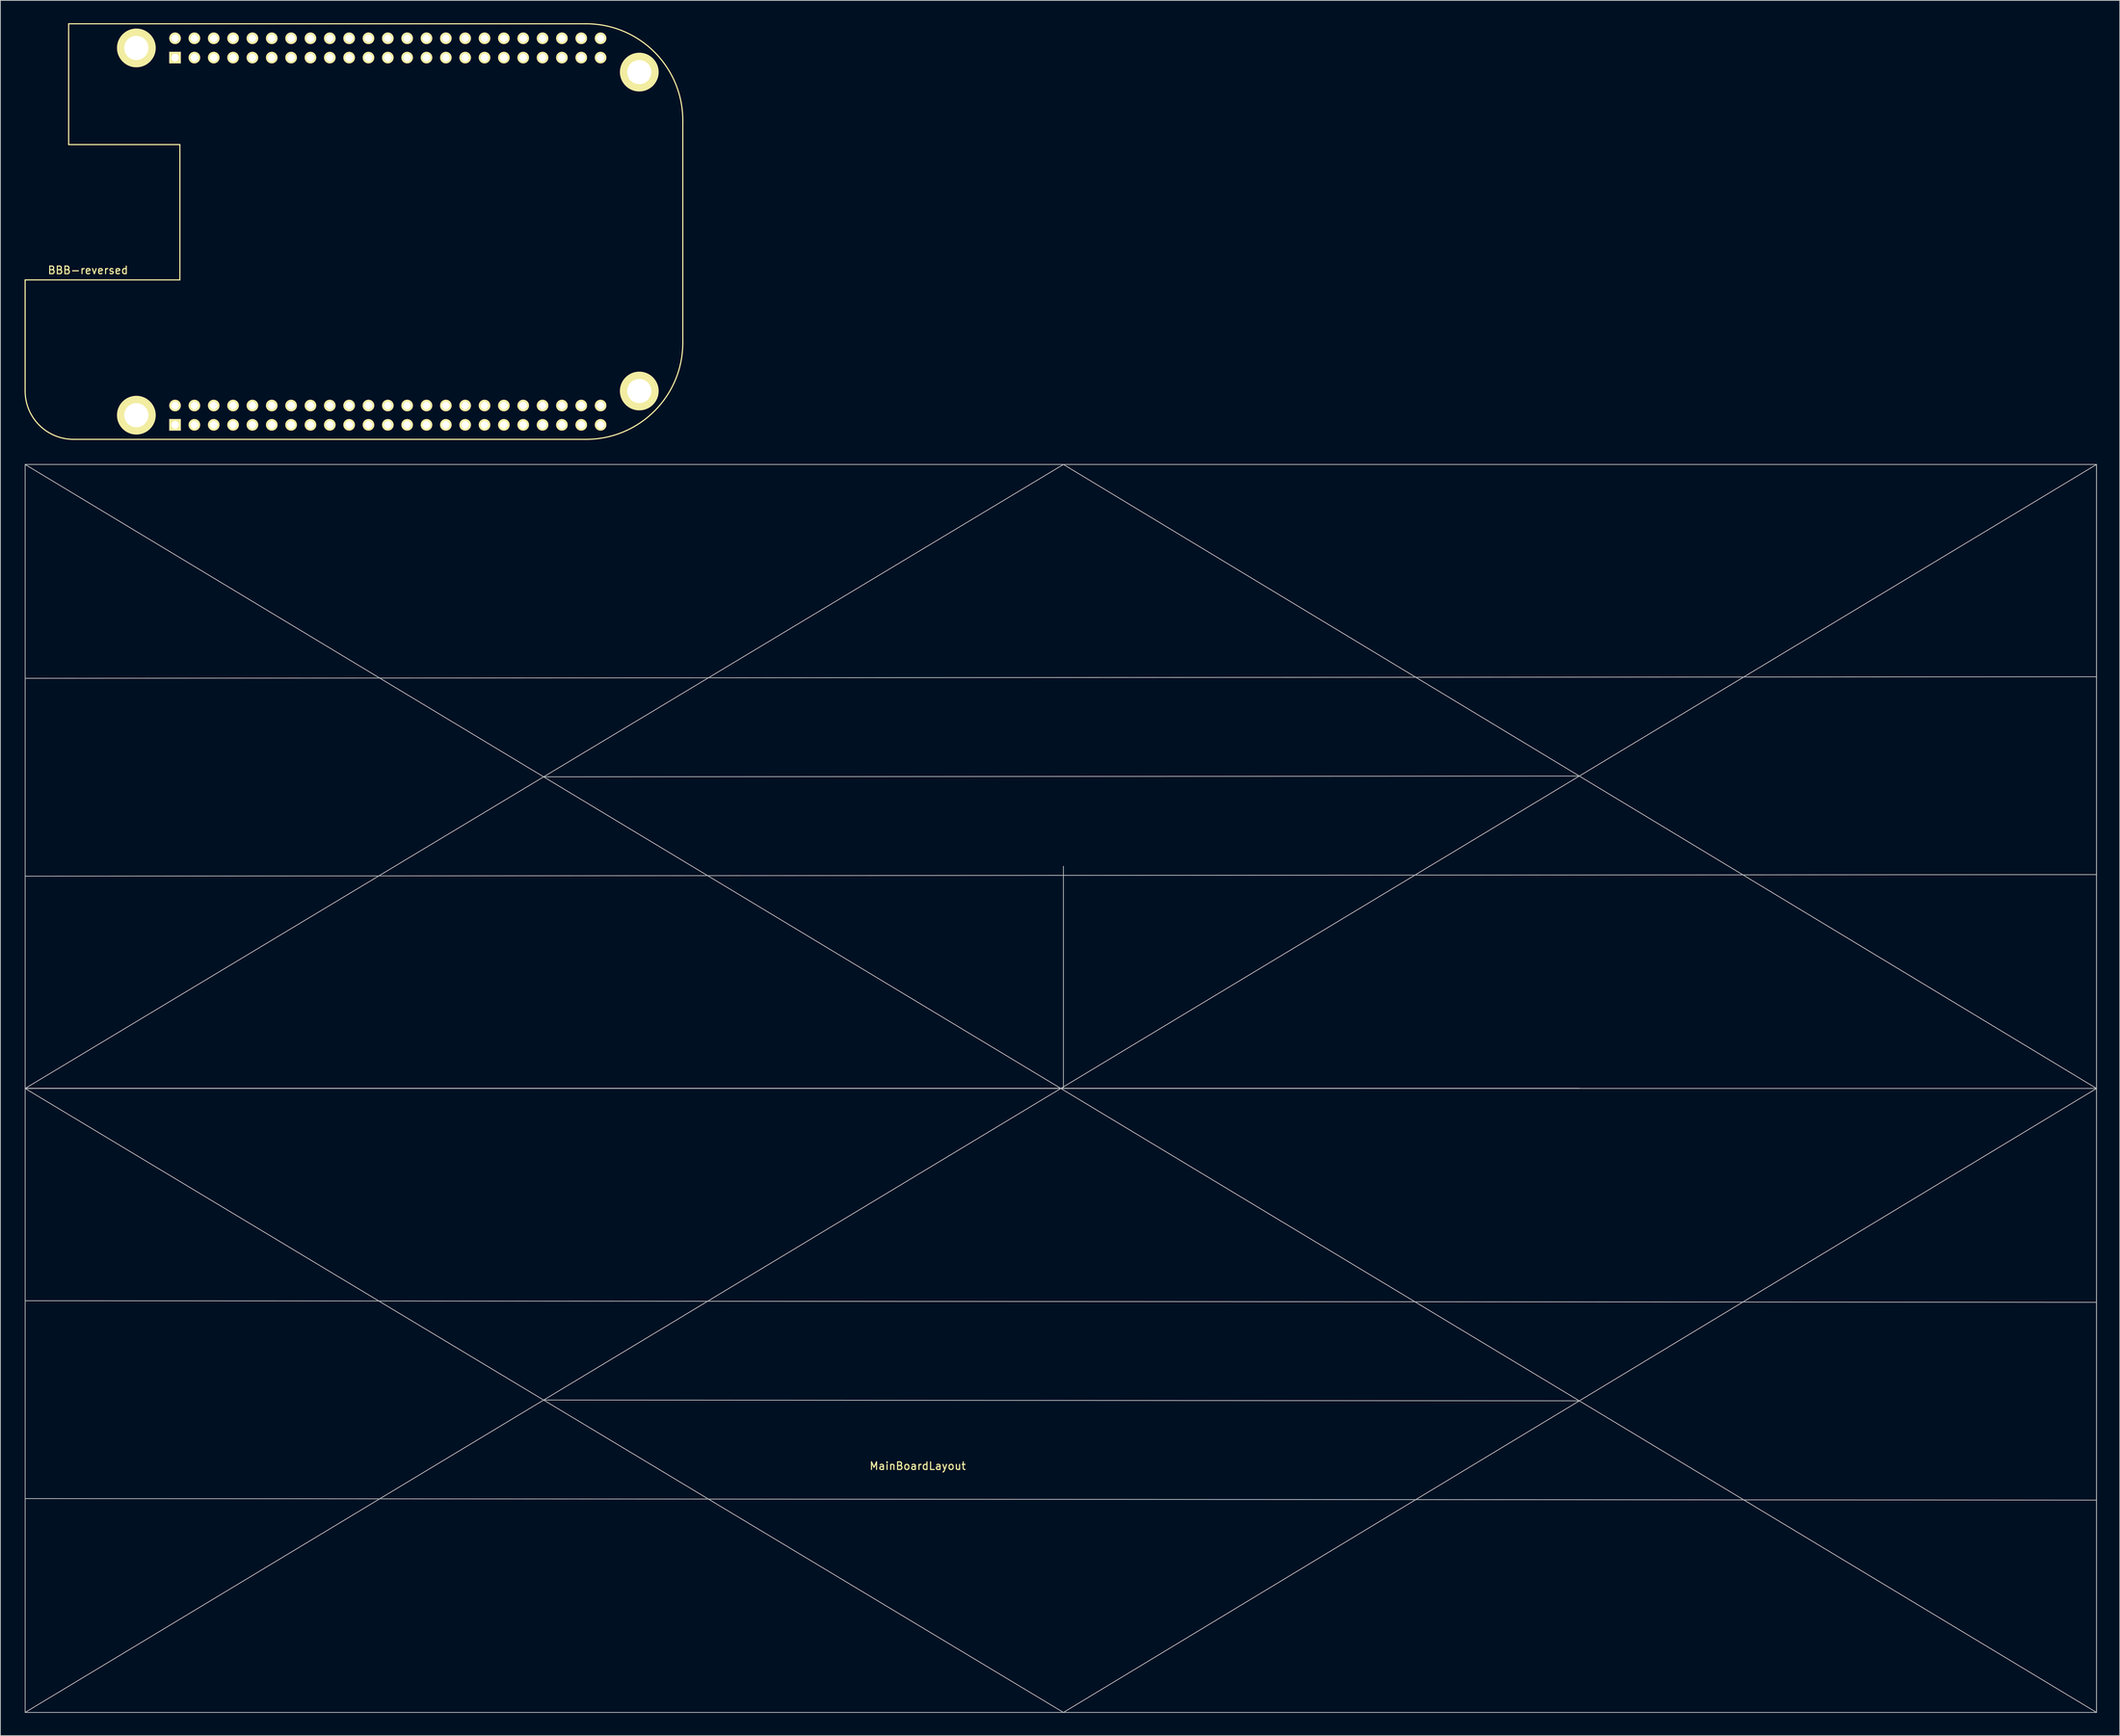
<source format=kicad_pcb>
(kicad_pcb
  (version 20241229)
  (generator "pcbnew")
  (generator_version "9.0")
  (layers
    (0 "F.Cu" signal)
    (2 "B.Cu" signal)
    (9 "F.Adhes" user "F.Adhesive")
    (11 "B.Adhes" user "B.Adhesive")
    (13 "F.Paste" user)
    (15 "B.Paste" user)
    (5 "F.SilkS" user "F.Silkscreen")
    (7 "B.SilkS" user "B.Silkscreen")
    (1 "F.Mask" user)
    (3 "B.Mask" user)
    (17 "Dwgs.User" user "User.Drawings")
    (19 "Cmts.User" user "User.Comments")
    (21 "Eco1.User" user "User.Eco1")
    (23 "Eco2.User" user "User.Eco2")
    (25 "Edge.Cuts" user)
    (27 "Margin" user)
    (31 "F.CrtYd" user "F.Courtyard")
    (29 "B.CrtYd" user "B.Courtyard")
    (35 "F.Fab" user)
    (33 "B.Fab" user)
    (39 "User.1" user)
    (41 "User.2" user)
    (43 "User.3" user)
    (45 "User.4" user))
  (footprint "BBB-reversed"
    (layer "F.Cu")
    (at 0.25 54.685)
    (property "Reference" "BBB-reversed" (at 8.255 -22.225 0) (layer "F.SilkS") (effects (font (size 1 1) (thickness 0.15))))
    (attr through_hole)
    (fp_line (start 0 -20.955) (end 20.32 -20.955) (stroke (width 0.15) (type solid)) (layer "F.SilkS"))
    (fp_line (start 0 -6.35) (end 0 -20.955) (stroke (width 0.15) (type solid)) (layer "F.SilkS"))
    (fp_line (start 5.715 -54.61) (end 73.66 -54.61) (stroke (width 0.15) (type solid)) (layer "F.SilkS"))
    (fp_line (start 5.715 -38.735) (end 5.715 -54.61) (stroke (width 0.15) (type solid)) (layer "F.SilkS"))
    (fp_line (start 6.35 0) (end 73.66 0) (stroke (width 0.15) (type solid)) (layer "F.SilkS"))
    (fp_line (start 20.32 -38.735) (end 5.715 -38.735) (stroke (width 0.15) (type solid)) (layer "F.SilkS"))
    (fp_line (start 20.32 -20.955) (end 20.32 -38.735) (stroke (width 0.15) (type solid)) (layer "F.SilkS"))
    (fp_line (start 86.36 -41.91) (end 86.36 -12.7) (stroke (width 0.15) (type solid)) (layer "F.SilkS"))
    (fp_arc (start 6.35 0) (mid 1.859872 -1.859872) (end 0 -6.35) (stroke (width 0.15) (type solid)) (layer "F.SilkS"))
    (fp_arc (start 73.66 -54.61) (mid 82.640256 -50.890256) (end 86.36 -41.91) (stroke (width 0.15) (type solid)) (layer "F.SilkS"))
    (fp_arc (start 86.36 -12.7) (mid 82.640256 -3.719744) (end 73.66 0) (stroke (width 0.15) (type solid)) (layer "F.SilkS"))
    (pad "" thru_hole circle (at 14.605 -51.435) (size 5.08 5.08) (drill 3.175) (layers "*.Cu" "*.Mask" "F.SilkS"))
    (pad "" thru_hole circle (at 14.605 -3.175) (size 5.08 5.08) (drill 3.175) (layers "*.Cu" "*.Mask" "F.SilkS"))
    (pad "" thru_hole circle (at 80.645 -48.26) (size 5.08 5.08) (drill 3.175) (layers "*.Cu" "*.Mask" "F.SilkS"))
    (pad "" thru_hole circle (at 80.645 -6.35) (size 5.08 5.08) (drill 3.175) (layers "*.Cu" "*.Mask" "F.SilkS"))
    (pad "A1" thru_hole rect (at 19.685 -50.165) (size 1.524 1.524) (drill 1.016) (layers "*.Cu" "*.Mask" "F.SilkS"))
    (pad "A2" thru_hole circle (at 19.685 -52.705) (size 1.524 1.524) (drill 1.016) (layers "*.Cu" "*.Mask" "F.SilkS"))
    (pad "A3" thru_hole circle (at 22.225 -50.165) (size 1.524 1.524) (drill 1.016) (layers "*.Cu" "*.Mask" "F.SilkS"))
    (pad "A4" thru_hole circle (at 22.225 -52.705) (size 1.524 1.524) (drill 1.016) (layers "*.Cu" "*.Mask" "F.SilkS"))
    (pad "A5" thru_hole circle (at 24.765 -50.165) (size 1.524 1.524) (drill 1.016) (layers "*.Cu" "*.Mask" "F.SilkS"))
    (pad "A6" thru_hole circle (at 24.765 -52.705) (size 1.524 1.524) (drill 1.016) (layers "*.Cu" "*.Mask" "F.SilkS"))
    (pad "A7" thru_hole circle (at 27.305 -50.165) (size 1.524 1.524) (drill 1.016) (layers "*.Cu" "*.Mask" "F.SilkS"))
    (pad "A8" thru_hole circle (at 27.305 -52.705) (size 1.524 1.524) (drill 1.016) (layers "*.Cu" "*.Mask" "F.SilkS"))
    (pad "A9" thru_hole circle (at 29.845 -50.165) (size 1.524 1.524) (drill 1.016) (layers "*.Cu" "*.Mask" "F.SilkS"))
    (pad "A10" thru_hole circle (at 29.845 -52.705) (size 1.524 1.524) (drill 1.016) (layers "*.Cu" "*.Mask" "F.SilkS"))
    (pad "A11" thru_hole circle (at 32.385 -50.165) (size 1.524 1.524) (drill 1.016) (layers "*.Cu" "*.Mask" "F.SilkS"))
    (pad "A12" thru_hole circle (at 32.385 -52.705) (size 1.524 1.524) (drill 1.016) (layers "*.Cu" "*.Mask" "F.SilkS"))
    (pad "A13" thru_hole circle (at 34.925 -50.165) (size 1.524 1.524) (drill 1.016) (layers "*.Cu" "*.Mask" "F.SilkS"))
    (pad "A14" thru_hole circle (at 34.925 -52.705) (size 1.524 1.524) (drill 1.016) (layers "*.Cu" "*.Mask" "F.SilkS"))
    (pad "A15" thru_hole circle (at 37.465 -50.165) (size 1.524 1.524) (drill 1.016) (layers "*.Cu" "*.Mask" "F.SilkS"))
    (pad "A16" thru_hole circle (at 37.465 -52.705) (size 1.524 1.524) (drill 1.016) (layers "*.Cu" "*.Mask" "F.SilkS"))
    (pad "A17" thru_hole circle (at 40.005 -50.165) (size 1.524 1.524) (drill 1.016) (layers "*.Cu" "*.Mask" "F.SilkS"))
    (pad "A18" thru_hole circle (at 40.005 -52.705) (size 1.524 1.524) (drill 1.016) (layers "*.Cu" "*.Mask" "F.SilkS"))
    (pad "A19" thru_hole circle (at 42.545 -50.165) (size 1.524 1.524) (drill 1.016) (layers "*.Cu" "*.Mask" "F.SilkS"))
    (pad "A20" thru_hole circle (at 42.545 -52.705) (size 1.524 1.524) (drill 1.016) (layers "*.Cu" "*.Mask" "F.SilkS"))
    (pad "A21" thru_hole circle (at 45.085 -50.165) (size 1.524 1.524) (drill 1.016) (layers "*.Cu" "*.Mask" "F.SilkS"))
    (pad "A22" thru_hole circle (at 45.085 -52.705) (size 1.524 1.524) (drill 1.016) (layers "*.Cu" "*.Mask" "F.SilkS"))
    (pad "A23" thru_hole circle (at 47.625 -50.165) (size 1.524 1.524) (drill 1.016) (layers "*.Cu" "*.Mask" "F.SilkS"))
    (pad "A24" thru_hole circle (at 47.625 -52.705) (size 1.524 1.524) (drill 1.016) (layers "*.Cu" "*.Mask" "F.SilkS"))
    (pad "A25" thru_hole circle (at 50.165 -50.165) (size 1.524 1.524) (drill 1.016) (layers "*.Cu" "*.Mask" "F.SilkS"))
    (pad "A26" thru_hole circle (at 50.165 -52.705) (size 1.524 1.524) (drill 1.016) (layers "*.Cu" "*.Mask" "F.SilkS"))
    (pad "A27" thru_hole circle (at 52.705 -50.165) (size 1.524 1.524) (drill 1.016) (layers "*.Cu" "*.Mask" "F.SilkS"))
    (pad "A28" thru_hole circle (at 52.705 -52.705) (size 1.524 1.524) (drill 1.016) (layers "*.Cu" "*.Mask" "F.SilkS"))
    (pad "A29" thru_hole circle (at 55.245 -50.165) (size 1.524 1.524) (drill 1.016) (layers "*.Cu" "*.Mask" "F.SilkS"))
    (pad "A30" thru_hole circle (at 55.245 -52.705) (size 1.524 1.524) (drill 1.016) (layers "*.Cu" "*.Mask" "F.SilkS"))
    (pad "A31" thru_hole circle (at 57.785 -50.165) (size 1.524 1.524) (drill 1.016) (layers "*.Cu" "*.Mask" "F.SilkS"))
    (pad "A32" thru_hole circle (at 57.785 -52.705) (size 1.524 1.524) (drill 1.016) (layers "*.Cu" "*.Mask" "F.SilkS"))
    (pad "A33" thru_hole circle (at 60.325 -50.165) (size 1.524 1.524) (drill 1.016) (layers "*.Cu" "*.Mask" "F.SilkS"))
    (pad "A34" thru_hole circle (at 60.325 -52.705) (size 1.524 1.524) (drill 1.016) (layers "*.Cu" "*.Mask" "F.SilkS"))
    (pad "A35" thru_hole circle (at 62.865 -50.165) (size 1.524 1.524) (drill 1.016) (layers "*.Cu" "*.Mask" "F.SilkS"))
    (pad "A36" thru_hole circle (at 62.865 -52.705) (size 1.524 1.524) (drill 1.016) (layers "*.Cu" "*.Mask" "F.SilkS"))
    (pad "A37" thru_hole circle (at 65.405 -50.165) (size 1.524 1.524) (drill 1.016) (layers "*.Cu" "*.Mask" "F.SilkS"))
    (pad "A38" thru_hole circle (at 65.405 -52.705) (size 1.524 1.524) (drill 1.016) (layers "*.Cu" "*.Mask" "F.SilkS"))
    (pad "A39" thru_hole circle (at 67.945 -50.165) (size 1.524 1.524) (drill 1.016) (layers "*.Cu" "*.Mask" "F.SilkS"))
    (pad "A40" thru_hole circle (at 67.945 -52.705) (size 1.524 1.524) (drill 1.016) (layers "*.Cu" "*.Mask" "F.SilkS"))
    (pad "A41" thru_hole circle (at 70.485 -50.165) (size 1.524 1.524) (drill 1.016) (layers "*.Cu" "*.Mask" "F.SilkS"))
    (pad "A42" thru_hole circle (at 70.485 -52.705) (size 1.524 1.524) (drill 1.016) (layers "*.Cu" "*.Mask" "F.SilkS"))
    (pad "A43" thru_hole circle (at 73.025 -50.165) (size 1.524 1.524) (drill 1.016) (layers "*.Cu" "*.Mask" "F.SilkS"))
    (pad "A44" thru_hole circle (at 73.025 -52.705) (size 1.524 1.524) (drill 1.016) (layers "*.Cu" "*.Mask" "F.SilkS"))
    (pad "A45" thru_hole circle (at 75.565 -50.165) (size 1.524 1.524) (drill 1.016) (layers "*.Cu" "*.Mask" "F.SilkS"))
    (pad "A46" thru_hole circle (at 75.565 -52.705) (size 1.524 1.524) (drill 1.016) (layers "*.Cu" "*.Mask" "F.SilkS"))
    (pad "B1" thru_hole rect (at 19.685 -1.905) (size 1.524 1.524) (drill 1.016) (layers "*.Cu" "*.Mask" "F.SilkS"))
    (pad "B2" thru_hole circle (at 19.685 -4.445) (size 1.524 1.524) (drill 1.016) (layers "*.Cu" "*.Mask" "F.SilkS"))
    (pad "B3" thru_hole circle (at 22.225 -1.905) (size 1.524 1.524) (drill 1.016) (layers "*.Cu" "*.Mask" "F.SilkS"))
    (pad "B4" thru_hole circle (at 22.225 -4.445) (size 1.524 1.524) (drill 1.016) (layers "*.Cu" "*.Mask" "F.SilkS"))
    (pad "B5" thru_hole circle (at 24.765 -1.905) (size 1.524 1.524) (drill 1.016) (layers "*.Cu" "*.Mask" "F.SilkS"))
    (pad "B6" thru_hole circle (at 24.765 -4.445) (size 1.524 1.524) (drill 1.016) (layers "*.Cu" "*.Mask" "F.SilkS"))
    (pad "B7" thru_hole circle (at 27.305 -1.905) (size 1.524 1.524) (drill 1.016) (layers "*.Cu" "*.Mask" "F.SilkS"))
    (pad "B8" thru_hole circle (at 27.305 -4.445) (size 1.524 1.524) (drill 1.016) (layers "*.Cu" "*.Mask" "F.SilkS"))
    (pad "B9" thru_hole circle (at 29.845 -1.905) (size 1.524 1.524) (drill 1.016) (layers "*.Cu" "*.Mask" "F.SilkS"))
    (pad "B10" thru_hole circle (at 29.845 -4.445) (size 1.524 1.524) (drill 1.016) (layers "*.Cu" "*.Mask" "F.SilkS"))
    (pad "B11" thru_hole circle (at 32.385 -1.905) (size 1.524 1.524) (drill 1.016) (layers "*.Cu" "*.Mask" "F.SilkS"))
    (pad "B12" thru_hole circle (at 32.385 -4.445) (size 1.524 1.524) (drill 1.016) (layers "*.Cu" "*.Mask" "F.SilkS"))
    (pad "B13" thru_hole circle (at 34.925 -1.905) (size 1.524 1.524) (drill 1.016) (layers "*.Cu" "*.Mask" "F.SilkS"))
    (pad "B14" thru_hole circle (at 34.925 -4.445) (size 1.524 1.524) (drill 1.016) (layers "*.Cu" "*.Mask" "F.SilkS"))
    (pad "B15" thru_hole circle (at 37.465 -1.905) (size 1.524 1.524) (drill 1.016) (layers "*.Cu" "*.Mask" "F.SilkS"))
    (pad "B16" thru_hole circle (at 37.465 -4.445) (size 1.524 1.524) (drill 1.016) (layers "*.Cu" "*.Mask" "F.SilkS"))
    (pad "B17" thru_hole circle (at 40.005 -1.905) (size 1.524 1.524) (drill 1.016) (layers "*.Cu" "*.Mask" "F.SilkS"))
    (pad "B18" thru_hole circle (at 40.005 -4.445) (size 1.524 1.524) (drill 1.016) (layers "*.Cu" "*.Mask" "F.SilkS"))
    (pad "B19" thru_hole circle (at 42.545 -1.905) (size 1.524 1.524) (drill 1.016) (layers "*.Cu" "*.Mask" "F.SilkS"))
    (pad "B20" thru_hole circle (at 42.545 -4.445) (size 1.524 1.524) (drill 1.016) (layers "*.Cu" "*.Mask" "F.SilkS"))
    (pad "B21" thru_hole circle (at 45.085 -1.905) (size 1.524 1.524) (drill 1.016) (layers "*.Cu" "*.Mask" "F.SilkS"))
    (pad "B22" thru_hole circle (at 45.085 -4.445) (size 1.524 1.524) (drill 1.016) (layers "*.Cu" "*.Mask" "F.SilkS"))
    (pad "B23" thru_hole circle (at 47.625 -1.905) (size 1.524 1.524) (drill 1.016) (layers "*.Cu" "*.Mask" "F.SilkS"))
    (pad "B24" thru_hole circle (at 47.625 -4.445) (size 1.524 1.524) (drill 1.016) (layers "*.Cu" "*.Mask" "F.SilkS"))
    (pad "B25" thru_hole circle (at 50.165 -1.905) (size 1.524 1.524) (drill 1.016) (layers "*.Cu" "*.Mask" "F.SilkS"))
    (pad "B26" thru_hole circle (at 50.165 -4.445) (size 1.524 1.524) (drill 1.016) (layers "*.Cu" "*.Mask" "F.SilkS"))
    (pad "B27" thru_hole circle (at 52.705 -1.905) (size 1.524 1.524) (drill 1.016) (layers "*.Cu" "*.Mask" "F.SilkS"))
    (pad "B28" thru_hole circle (at 52.705 -4.445) (size 1.524 1.524) (drill 1.016) (layers "*.Cu" "*.Mask" "F.SilkS"))
    (pad "B29" thru_hole circle (at 55.245 -1.905) (size 1.524 1.524) (drill 1.016) (layers "*.Cu" "*.Mask" "F.SilkS"))
    (pad "B30" thru_hole circle (at 55.245 -4.445) (size 1.524 1.524) (drill 1.016) (layers "*.Cu" "*.Mask" "F.SilkS"))
    (pad "B31" thru_hole circle (at 57.785 -1.905) (size 1.524 1.524) (drill 1.016) (layers "*.Cu" "*.Mask" "F.SilkS"))
    (pad "B32" thru_hole circle (at 57.785 -4.445) (size 1.524 1.524) (drill 1.016) (layers "*.Cu" "*.Mask" "F.SilkS"))
    (pad "B33" thru_hole circle (at 60.325 -1.905) (size 1.524 1.524) (drill 1.016) (layers "*.Cu" "*.Mask" "F.SilkS"))
    (pad "B34" thru_hole circle (at 60.325 -4.445) (size 1.524 1.524) (drill 1.016) (layers "*.Cu" "*.Mask" "F.SilkS"))
    (pad "B35" thru_hole circle (at 62.865 -1.905) (size 1.524 1.524) (drill 1.016) (layers "*.Cu" "*.Mask" "F.SilkS"))
    (pad "B36" thru_hole circle (at 62.865 -4.445) (size 1.524 1.524) (drill 1.016) (layers "*.Cu" "*.Mask" "F.SilkS"))
    (pad "B37" thru_hole circle (at 65.405 -1.905) (size 1.524 1.524) (drill 1.016) (layers "*.Cu" "*.Mask" "F.SilkS"))
    (pad "B38" thru_hole circle (at 65.405 -4.445) (size 1.524 1.524) (drill 1.016) (layers "*.Cu" "*.Mask" "F.SilkS"))
    (pad "B39" thru_hole circle (at 67.945 -1.905) (size 1.524 1.524) (drill 1.016) (layers "*.Cu" "*.Mask" "F.SilkS"))
    (pad "B40" thru_hole circle (at 67.945 -4.445) (size 1.524 1.524) (drill 1.016) (layers "*.Cu" "*.Mask" "F.SilkS"))
    (pad "B41" thru_hole circle (at 70.485 -1.905) (size 1.524 1.524) (drill 1.016) (layers "*.Cu" "*.Mask" "F.SilkS"))
    (pad "B42" thru_hole circle (at 70.485 -4.445) (size 1.524 1.524) (drill 1.016) (layers "*.Cu" "*.Mask" "F.SilkS"))
    (pad "B43" thru_hole circle (at 73.025 -1.905) (size 1.524 1.524) (drill 1.016) (layers "*.Cu" "*.Mask" "F.SilkS"))
    (pad "B44" thru_hole circle (at 73.025 -4.445) (size 1.524 1.524) (drill 1.016) (layers "*.Cu" "*.Mask" "F.SilkS"))
    (pad "B45" thru_hole circle (at 75.565 -1.905) (size 1.524 1.524) (drill 1.016) (layers "*.Cu" "*.Mask" "F.SilkS"))
    (pad "B46" thru_hole circle (at 75.565 -4.445) (size 1.524 1.524) (drill 1.016) (layers "*.Cu" "*.Mask" "F.SilkS")))
  (footprint "MainBoardLayout"
    (layer "F.Cu")
    (at 0.25 116.981)
    (property "Reference" "MainBoardLayout" (at 117.208 72.619 0) (layer "F.SilkS") (effects (font (size 1 1) (thickness 0.15))))
    (attr through_hole)
    (fp_line (start 0 -58.996) (end 0 105.004) (stroke (width 0.1) (type solid)) (layer "Dwgs.User"))
    (fp_line (start 0 -58.996) (end 272 105.004) (stroke (width 0.1) (type solid)) (layer "Dwgs.User"))
    (fp_line (start 0 -30.894) (end 272 -31.099) (stroke (width 0.1) (type solid)) (layer "Dwgs.User"))
    (fp_line (start 0 -4.894) (end 272 -5.099) (stroke (width 0.1) (type solid)) (layer "Dwgs.User"))
    (fp_line (start 0 23.004) (end 136.341 -58.996) (stroke (width 0.1) (type solid)) (layer "Dwgs.User"))
    (fp_line (start 0 23.004) (end 136.341 23.004) (stroke (width 0.1) (type solid)) (layer "Dwgs.User"))
    (fp_line (start 0 23.004) (end 136.341 23.004) (stroke (width 0.1) (type solid)) (layer "Dwgs.User"))
    (fp_line (start 0 23.004) (end 204.085 23.004) (stroke (width 0.1) (type solid)) (layer "Dwgs.User"))
    (fp_line (start 0 105.004) (end 272 105.004) (stroke (width 0.1) (type solid)) (layer "Dwgs.User"))
    (fp_line (start 68.085 -17.945) (end 204.085 -18.048) (stroke (width 0.1) (type solid)) (layer "Dwgs.User"))
    (fp_line (start 68.085 23.004) (end 204.085 23.004) (stroke (width 0.1) (type solid)) (layer "Dwgs.User"))
    (fp_line (start 68.085 63.952) (end 204.085 64.055) (stroke (width 0.1) (type solid)) (layer "Dwgs.User"))
    (fp_line (start 136.341 23.004) (end 0 23.004) (stroke (width 0.1) (type solid)) (layer "Dwgs.User"))
    (fp_line (start 136.341 23.004) (end 136.341 -6.196) (stroke (width 0.1) (type solid)) (layer "Dwgs.User"))
    (fp_line (start 136.341 105.004) (end 0 23.004) (stroke (width 0.1) (type solid)) (layer "Dwgs.User"))
    (fp_line (start 136.341 105.004) (end 272 23.004) (stroke (width 0.1) (type solid)) (layer "Dwgs.User"))
    (fp_line (start 136.341 23.004) (end 175.52 23.004) (stroke (width 0.1) (type solid)) (layer "Dwgs.User"))
    (fp_line (start 175.52 23.004) (end 136.341 23.004) (stroke (width 0.1) (type solid)) (layer "Dwgs.User"))
    (fp_line (start 204.085 23.004) (end 0 23.004) (stroke (width 0.1) (type solid)) (layer "Dwgs.User"))
    (fp_line (start 272 -58.996) (end 0 -58.996) (stroke (width 0.1) (type solid)) (layer "Dwgs.User"))
    (fp_line (start 272 -58.996) (end 0 105.004) (stroke (width 0.1) (type solid)) (layer "Dwgs.User"))
    (fp_line (start 272 23.004) (end 0 23.004) (stroke (width 0.1) (type solid)) (layer "Dwgs.User"))
    (fp_line (start 272 23.004) (end 136.341 -58.996) (stroke (width 0.1) (type solid)) (layer "Dwgs.User"))
    (fp_line (start 272 51.106) (end 0 50.901) (stroke (width 0.1) (type solid)) (layer "Dwgs.User"))
    (fp_line (start 272 77.106) (end 0 76.901) (stroke (width 0.1) (type solid)) (layer "Dwgs.User"))
    (fp_line (start 272 105.004) (end 272 -58.996) (stroke (width 0.1) (type solid)) (layer "Dwgs.User"))
    (fp_line (start 272 105.004) (end 272 -58.996) (stroke (width 0.1) (type solid)) (layer "Dwgs.User")))
  (gr_rect
    (start -3 -3)
    (end 275.3 225.035)
    (stroke (width 0.1) (type default))
    (fill no)
    (layer "Edge.Cuts")))
</source>
